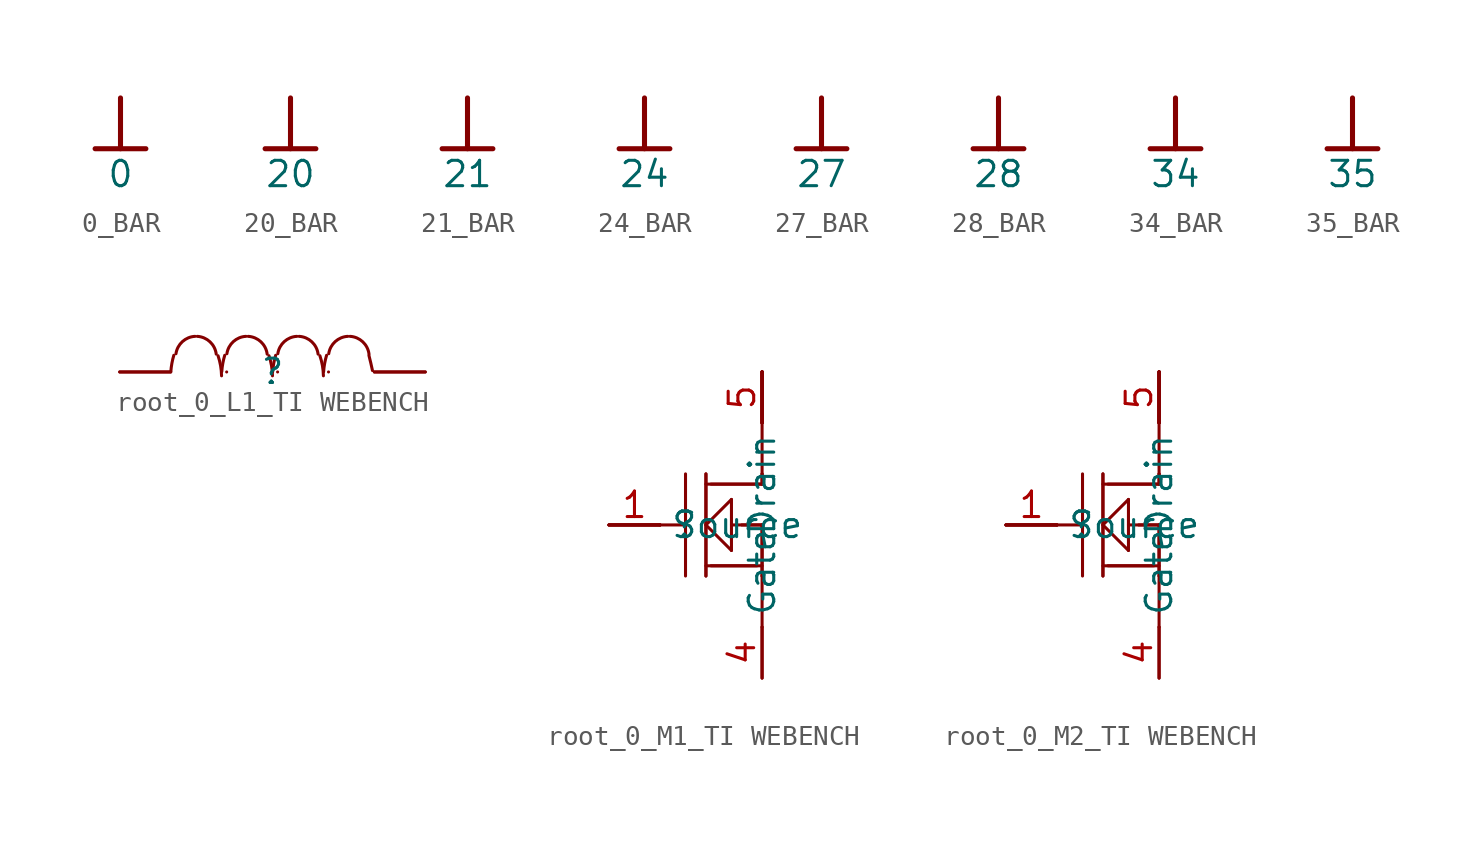
<source format=kicad_sym>
(kicad_symbol_lib
  (version 20241209)
  (generator "kicad_symbol_editor")
  (generator_version "9.0")
  (symbol "0_BAR"
    (power)
    (property "Reference" "#PWR"
      (at 0 0 0)
      (effects (font (size 1.27 1.27)) (hide yes)))
    (property "Value" "0"
      (at 0 -3.81 0)
      (effects (font (size 1.27 1.27))))
    (symbol "0_BAR_0_0"
      (polyline (pts (xy -1.27 -2.54) (xy 1.27 -2.54)) (stroke (width 0.254) (type solid)) (fill (type none)))
      (polyline (pts (xy 0 0) (xy 0 -2.54)) (stroke (width 0.254) (type solid)) (fill (type none)))
      (pin power_in line (at 0 0 0) (length 0) (hide yes) (name "0" (effects (font (size 1.27 1.27)))) (number "" (effects (font (size 1.27 1.27)))))))
  (symbol "20_BAR"
    (power)
    (property "Reference" "#PWR"
      (at 0 0 0)
      (effects (font (size 1.27 1.27)) (hide yes)))
    (property "Value" "20"
      (at 0 -3.81 0)
      (effects (font (size 1.27 1.27))))
    (symbol "20_BAR_0_0"
      (polyline (pts (xy -1.27 -2.54) (xy 1.27 -2.54)) (stroke (width 0.254) (type solid)) (fill (type none)))
      (polyline (pts (xy 0 0) (xy 0 -2.54)) (stroke (width 0.254) (type solid)) (fill (type none)))
      (pin power_in line (at 0 0 0) (length 0) (hide yes) (name "20" (effects (font (size 1.27 1.27)))) (number "" (effects (font (size 1.27 1.27)))))))
  (symbol "21_BAR"
    (power)
    (property "Reference" "#PWR"
      (at 0 0 0)
      (effects (font (size 1.27 1.27)) (hide yes)))
    (property "Value" "21"
      (at 0 -3.81 0)
      (effects (font (size 1.27 1.27))))
    (symbol "21_BAR_0_0"
      (polyline (pts (xy -1.27 -2.54) (xy 1.27 -2.54)) (stroke (width 0.254) (type solid)) (fill (type none)))
      (polyline (pts (xy 0 0) (xy 0 -2.54)) (stroke (width 0.254) (type solid)) (fill (type none)))
      (pin power_in line (at 0 0 0) (length 0) (hide yes) (name "21" (effects (font (size 1.27 1.27)))) (number "" (effects (font (size 1.27 1.27)))))))
  (symbol "24_BAR"
    (power)
    (property "Reference" "#PWR"
      (at 0 0 0)
      (effects (font (size 1.27 1.27)) (hide yes)))
    (property "Value" "24"
      (at 0 -3.81 0)
      (effects (font (size 1.27 1.27))))
    (symbol "24_BAR_0_0"
      (polyline (pts (xy -1.27 -2.54) (xy 1.27 -2.54)) (stroke (width 0.254) (type solid)) (fill (type none)))
      (polyline (pts (xy 0 0) (xy 0 -2.54)) (stroke (width 0.254) (type solid)) (fill (type none)))
      (pin power_in line (at 0 0 0) (length 0) (hide yes) (name "24" (effects (font (size 1.27 1.27)))) (number "" (effects (font (size 1.27 1.27)))))))
  (symbol "27_BAR"
    (power)
    (property "Reference" "#PWR"
      (at 0 0 0)
      (effects (font (size 1.27 1.27)) (hide yes)))
    (property "Value" "27"
      (at 0 -3.81 0)
      (effects (font (size 1.27 1.27))))
    (symbol "27_BAR_0_0"
      (polyline (pts (xy -1.27 -2.54) (xy 1.27 -2.54)) (stroke (width 0.254) (type solid)) (fill (type none)))
      (polyline (pts (xy 0 0) (xy 0 -2.54)) (stroke (width 0.254) (type solid)) (fill (type none)))
      (pin power_in line (at 0 0 0) (length 0) (hide yes) (name "27" (effects (font (size 1.27 1.27)))) (number "" (effects (font (size 1.27 1.27)))))))
  (symbol "28_BAR"
    (power)
    (property "Reference" "#PWR"
      (at 0 0 0)
      (effects (font (size 1.27 1.27)) (hide yes)))
    (property "Value" "28"
      (at 0 -3.81 0)
      (effects (font (size 1.27 1.27))))
    (symbol "28_BAR_0_0"
      (polyline (pts (xy -1.27 -2.54) (xy 1.27 -2.54)) (stroke (width 0.254) (type solid)) (fill (type none)))
      (polyline (pts (xy 0 0) (xy 0 -2.54)) (stroke (width 0.254) (type solid)) (fill (type none)))
      (pin power_in line (at 0 0 0) (length 0) (hide yes) (name "28" (effects (font (size 1.27 1.27)))) (number "" (effects (font (size 1.27 1.27)))))))
  (symbol "34_BAR"
    (power)
    (property "Reference" "#PWR"
      (at 0 0 0)
      (effects (font (size 1.27 1.27)) (hide yes)))
    (property "Value" "34"
      (at 0 -3.81 0)
      (effects (font (size 1.27 1.27))))
    (symbol "34_BAR_0_0"
      (polyline (pts (xy -1.27 -2.54) (xy 1.27 -2.54)) (stroke (width 0.254) (type solid)) (fill (type none)))
      (polyline (pts (xy 0 0) (xy 0 -2.54)) (stroke (width 0.254) (type solid)) (fill (type none)))
      (pin power_in line (at 0 0 0) (length 0) (hide yes) (name "34" (effects (font (size 1.27 1.27)))) (number "" (effects (font (size 1.27 1.27)))))))
  (symbol "35_BAR"
    (power)
    (property "Reference" "#PWR"
      (at 0 0 0)
      (effects (font (size 1.27 1.27)) (hide yes)))
    (property "Value" "35"
      (at 0 -3.81 0)
      (effects (font (size 1.27 1.27))))
    (symbol "35_BAR_0_0"
      (polyline (pts (xy -1.27 -2.54) (xy 1.27 -2.54)) (stroke (width 0.254) (type solid)) (fill (type none)))
      (polyline (pts (xy 0 0) (xy 0 -2.54)) (stroke (width 0.254) (type solid)) (fill (type none)))
      (pin power_in line (at 0 0 0) (length 0) (hide yes) (name "35" (effects (font (size 1.27 1.27)))) (number "" (effects (font (size 1.27 1.27)))))))
  (symbol "root_0_L1_TI WEBENCH"
    (pin_numbers
      (hide yes))
    (pin_names
      (hide yes))
    (property "Reference" ""
      (at 0 0 0)
      (effects (font (size 1.27 1.27))))
    (property "Value" ""
      (at 0 0 0)
      (effects (font (size 1.27 1.27))))
    (symbol "root_0_L1_TI WEBENCH_1_0"
      (arc (start 4.8099 0.8249) (mid 4.9021 0.4495) (end 4.9855 0.0721) (stroke (width 0) (type solid)) (fill (type none)))
      (polyline (pts (xy -7.62 0) (xy -5.08 0)) (stroke (width 0) (type solid)) (fill (type none)))
      (arc (start -2.7155 0.8081) (mid -2.5895 0.3152) (end -2.5406 -0.1912) (stroke (width 0) (type solid)) (fill (type none)))
      (arc (start -4.8151 0.9107) (mid -4.4935 1.5138) (end -3.8625 1.7766) (stroke (width 0) (type solid)) (fill (type none)))
      (arc (start -3.7539 1.7764) (mid -3.118 1.5059) (end -2.8022 0.8912) (stroke (width 0) (type solid)) (fill (type none)))
      (arc (start -0.1755 0.8081) (mid -0.0495 0.3152) (end -0.0006 -0.1912) (stroke (width 0) (type solid)) (fill (type none)))
      (arc (start -2.286 0) (mid -2.286 0) (end -2.286 0) (stroke (width 0) (type solid)) (fill (type none)))
      (arc (start -2.2751 0.9107) (mid -1.9535 1.5138) (end -1.3225 1.7766) (stroke (width 0) (type solid)) (fill (type none)))
      (arc (start -1.2139 1.7764) (mid -0.578 1.5059) (end -0.2622 0.8912) (stroke (width 0) (type solid)) (fill (type none)))
      (arc (start -5.0704 0.0162) (mid -5.0185 0.4275) (end -4.9223 0.8308) (stroke (width 0) (type solid)) (fill (type none)))
      (arc (start 2.3645 0.8081) (mid 2.4905 0.3152) (end 2.5394 -0.1912) (stroke (width 0) (type solid)) (fill (type none)))
      (arc (start 0.254 0) (mid 0.254 0) (end 0.254 0) (stroke (width 0) (type solid)) (fill (type none)))
      (arc (start 0.2649 0.9107) (mid 0.5865 1.5138) (end 1.2175 1.7766) (stroke (width 0) (type solid)) (fill (type none)))
      (arc (start 1.3261 1.7764) (mid 1.962 1.5059) (end 2.2778 0.8912) (stroke (width 0) (type solid)) (fill (type none)))
      (arc (start -2.5304 0.0162) (mid -2.4785 0.4275) (end -2.3823 0.8308) (stroke (width 0) (type solid)) (fill (type none)))
      (arc (start 2.794 0) (mid 2.794 0) (end 2.794 0) (stroke (width 0) (type solid)) (fill (type none)))
      (arc (start 2.8049 0.9107) (mid 3.1265 1.5138) (end 3.7575 1.7766) (stroke (width 0) (type solid)) (fill (type none)))
      (arc (start 3.8661 1.7764) (mid 4.502 1.5059) (end 4.8178 0.8912) (stroke (width 0) (type solid)) (fill (type none)))
      (arc (start 0.0096 0.0162) (mid 0.0615 0.4275) (end 0.1577 0.8308) (stroke (width 0) (type solid)) (fill (type none)))
      (polyline (pts (xy 5.08 0) (xy 7.62 0)) (stroke (width 0) (type solid)) (fill (type none)))
      (arc (start 2.5496 0.0162) (mid 2.6015 0.4275) (end 2.6977 0.8308) (stroke (width 0) (type solid)) (fill (type none)))
      (pin passive line (at -7.62 0 0) (length 2.54) (name "1" (effects (font (size 1.27 1.27)))) (number "1" (effects (font (size 1.27 1.27)))))
      (pin passive line (at 7.62 0 180) (length 2.54) (name "2" (effects (font (size 1.27 1.27)))) (number "2" (effects (font (size 1.27 1.27)))))))
  (symbol "root_0_M1_TI WEBENCH"
    (property "Reference" ""
      (at 0 0 0)
      (effects (font (size 1.27 1.27))))
    (property "Value" ""
      (at 0 0 0)
      (effects (font (size 1.27 1.27))))
    (symbol "root_0_M1_TI WEBENCH_1_0"
      (polyline (pts (xy -3.81 0) (xy -1.27 0)) (stroke (width 0) (type solid)) (fill (type none)))
      (polyline (pts (xy -1.27 0) (xy 0 0)) (stroke (width 0) (type solid)) (fill (type none)))
      (polyline (pts (xy 0 -2.54) (xy 0 2.54)) (stroke (width 0) (type solid)) (fill (type none)))
      (polyline (pts (xy 1.016 2.54) (xy 1.016 -2.54)) (stroke (width 0) (type solid)) (fill (type none)))
      (polyline (pts (xy 1.016 2.54) (xy 1.016 -2.54)) (stroke (width 0) (type solid)) (fill (type none)))
      (polyline (pts (xy 1.016 0) (xy 2.286 1.27)) (stroke (width 0) (type solid)) (fill (type none)))
      (polyline (pts (xy 1.016 -2.032) (xy 3.81 -2.032)) (stroke (width 0) (type solid)) (fill (type none)))
      (polyline (pts (xy 1.27 -2.032) (xy 3.556 -2.032)) (stroke (width 0) (type solid)) (fill (type none)))
      (polyline (pts (xy 2.286 1.27) (xy 2.286 -1.27)) (stroke (width 0) (type solid)) (fill (type none)))
      (polyline (pts (xy 2.286 0) (xy 3.81 0)) (stroke (width 0) (type solid)) (fill (type none)))
      (polyline (pts (xy 2.286 -1.27) (xy 1.016 0)) (stroke (width 0) (type solid)) (fill (type none)))
      (polyline (pts (xy 2.794 0) (xy 3.81 0)) (stroke (width 0) (type solid)) (fill (type none)))
      (polyline (pts (xy 3.81 7.62) (xy 3.81 5.08)) (stroke (width 0) (type solid)) (fill (type none)))
      (polyline (pts (xy 3.81 5.08) (xy 3.81 2.54)) (stroke (width 0) (type solid)) (fill (type none)))
      (polyline (pts (xy 3.81 2.54) (xy 3.81 2.032)) (stroke (width 0) (type solid)) (fill (type none)))
      (polyline (pts (xy 3.81 2.54) (xy 3.81 2.032)) (stroke (width 0) (type solid)) (fill (type none)))
      (polyline (pts (xy 3.81 2.032) (xy 1.016 2.032)) (stroke (width 0) (type solid)) (fill (type none)))
      (polyline (pts (xy 3.81 2.032) (xy 1.27 2.032)) (stroke (width 0) (type solid)) (fill (type none)))
      (polyline (pts (xy 3.81 0) (xy 3.81 -2.54)) (stroke (width 0) (type solid)) (fill (type none)))
      (polyline (pts (xy 3.81 0) (xy 3.81 -2.54)) (stroke (width 0) (type solid)) (fill (type none)))
      (polyline (pts (xy 3.81 -2.54) (xy 3.81 -5.08)) (stroke (width 0) (type solid)) (fill (type none)))
      (polyline (pts (xy 3.81 -7.62) (xy 3.81 -5.08)) (stroke (width 0) (type solid)) (fill (type none)))
      (pin passive line (at -3.81 0 0) (length 2.54) (name "Source" (effects (font (size 1.27 1.27)))) (number "1" (effects (font (size 1.27 1.27)))))
      (pin passive line (at -3.81 0 0) (length 2.54) (name "Source" (effects (font (size 0 0)))) (number "2" (effects (font (size 0 0)))))
      (pin passive line (at -3.81 0 0) (length 2.54) (name "Source" (effects (font (size 0 0)))) (number "3" (effects (font (size 0 0)))))
      (pin passive line (at 3.81 7.62 270) (length 2.54) (name "Drain" (effects (font (size 1.27 1.27)))) (number "5" (effects (font (size 1.27 1.27)))))
      (pin passive line (at 3.81 7.62 270) (length 2.54) (name "Drain" (effects (font (size 0 0)))) (number "6" (effects (font (size 0 0)))))
      (pin passive line (at 3.81 7.62 270) (length 2.54) (name "Drain" (effects (font (size 0 0)))) (number "7" (effects (font (size 0 0)))))
      (pin passive line (at 3.81 7.62 270) (length 2.54) (name "Drain" (effects (font (size 0 0)))) (number "8" (effects (font (size 0 0)))))
      (pin passive line (at 3.81 7.62 270) (length 2.54) (name "Drain" (effects (font (size 0 0)))) (number "9" (effects (font (size 0 0)))))
      (pin passive line (at 3.81 -7.62 90) (length 2.54) (name "Gate" (effects (font (size 1.27 1.27)))) (number "4" (effects (font (size 1.27 1.27)))))))
  (symbol "root_0_M2_TI WEBENCH"
    (property "Reference" ""
      (at 0 0 0)
      (effects (font (size 1.27 1.27))))
    (property "Value" ""
      (at 0 0 0)
      (effects (font (size 1.27 1.27))))
    (symbol "root_0_M2_TI WEBENCH_1_0"
      (polyline (pts (xy -3.81 0) (xy -1.27 0)) (stroke (width 0) (type solid)) (fill (type none)))
      (polyline (pts (xy -1.27 0) (xy 0 0)) (stroke (width 0) (type solid)) (fill (type none)))
      (polyline (pts (xy 0 -2.54) (xy 0 2.54)) (stroke (width 0) (type solid)) (fill (type none)))
      (polyline (pts (xy 1.016 2.54) (xy 1.016 -2.54)) (stroke (width 0) (type solid)) (fill (type none)))
      (polyline (pts (xy 1.016 2.54) (xy 1.016 -2.54)) (stroke (width 0) (type solid)) (fill (type none)))
      (polyline (pts (xy 1.016 0) (xy 2.286 1.27)) (stroke (width 0) (type solid)) (fill (type none)))
      (polyline (pts (xy 1.016 -2.032) (xy 3.81 -2.032)) (stroke (width 0) (type solid)) (fill (type none)))
      (polyline (pts (xy 1.27 -2.032) (xy 3.556 -2.032)) (stroke (width 0) (type solid)) (fill (type none)))
      (polyline (pts (xy 2.286 1.27) (xy 2.286 -1.27)) (stroke (width 0) (type solid)) (fill (type none)))
      (polyline (pts (xy 2.286 0) (xy 3.81 0)) (stroke (width 0) (type solid)) (fill (type none)))
      (polyline (pts (xy 2.286 -1.27) (xy 1.016 0)) (stroke (width 0) (type solid)) (fill (type none)))
      (polyline (pts (xy 2.794 0) (xy 3.81 0)) (stroke (width 0) (type solid)) (fill (type none)))
      (polyline (pts (xy 3.81 7.62) (xy 3.81 5.08)) (stroke (width 0) (type solid)) (fill (type none)))
      (polyline (pts (xy 3.81 5.08) (xy 3.81 2.54)) (stroke (width 0) (type solid)) (fill (type none)))
      (polyline (pts (xy 3.81 2.54) (xy 3.81 2.032)) (stroke (width 0) (type solid)) (fill (type none)))
      (polyline (pts (xy 3.81 2.54) (xy 3.81 2.032)) (stroke (width 0) (type solid)) (fill (type none)))
      (polyline (pts (xy 3.81 2.032) (xy 1.016 2.032)) (stroke (width 0) (type solid)) (fill (type none)))
      (polyline (pts (xy 3.81 2.032) (xy 1.27 2.032)) (stroke (width 0) (type solid)) (fill (type none)))
      (polyline (pts (xy 3.81 0) (xy 3.81 -2.54)) (stroke (width 0) (type solid)) (fill (type none)))
      (polyline (pts (xy 3.81 0) (xy 3.81 -2.54)) (stroke (width 0) (type solid)) (fill (type none)))
      (polyline (pts (xy 3.81 -2.54) (xy 3.81 -5.08)) (stroke (width 0) (type solid)) (fill (type none)))
      (polyline (pts (xy 3.81 -7.62) (xy 3.81 -5.08)) (stroke (width 0) (type solid)) (fill (type none)))
      (pin passive line (at -3.81 0 0) (length 2.54) (name "Source" (effects (font (size 1.27 1.27)))) (number "1" (effects (font (size 1.27 1.27)))))
      (pin passive line (at -3.81 0 0) (length 2.54) (name "Source" (effects (font (size 0 0)))) (number "2" (effects (font (size 0 0)))))
      (pin passive line (at -3.81 0 0) (length 2.54) (name "Source" (effects (font (size 0 0)))) (number "3" (effects (font (size 0 0)))))
      (pin passive line (at 3.81 7.62 270) (length 2.54) (name "Drain" (effects (font (size 1.27 1.27)))) (number "5" (effects (font (size 1.27 1.27)))))
      (pin passive line (at 3.81 7.62 270) (length 2.54) (name "Drain" (effects (font (size 0 0)))) (number "6" (effects (font (size 0 0)))))
      (pin passive line (at 3.81 7.62 270) (length 2.54) (name "Drain" (effects (font (size 0 0)))) (number "7" (effects (font (size 0 0)))))
      (pin passive line (at 3.81 7.62 270) (length 2.54) (name "Drain" (effects (font (size 0 0)))) (number "8" (effects (font (size 0 0)))))
      (pin passive line (at 3.81 7.62 270) (length 2.54) (name "Drain" (effects (font (size 0 0)))) (number "9" (effects (font (size 0 0)))))
      (pin passive line (at 3.81 -7.62 90) (length 2.54) (name "Gate" (effects (font (size 1.27 1.27)))) (number "4" (effects (font (size 1.27 1.27))))))))
</source>
